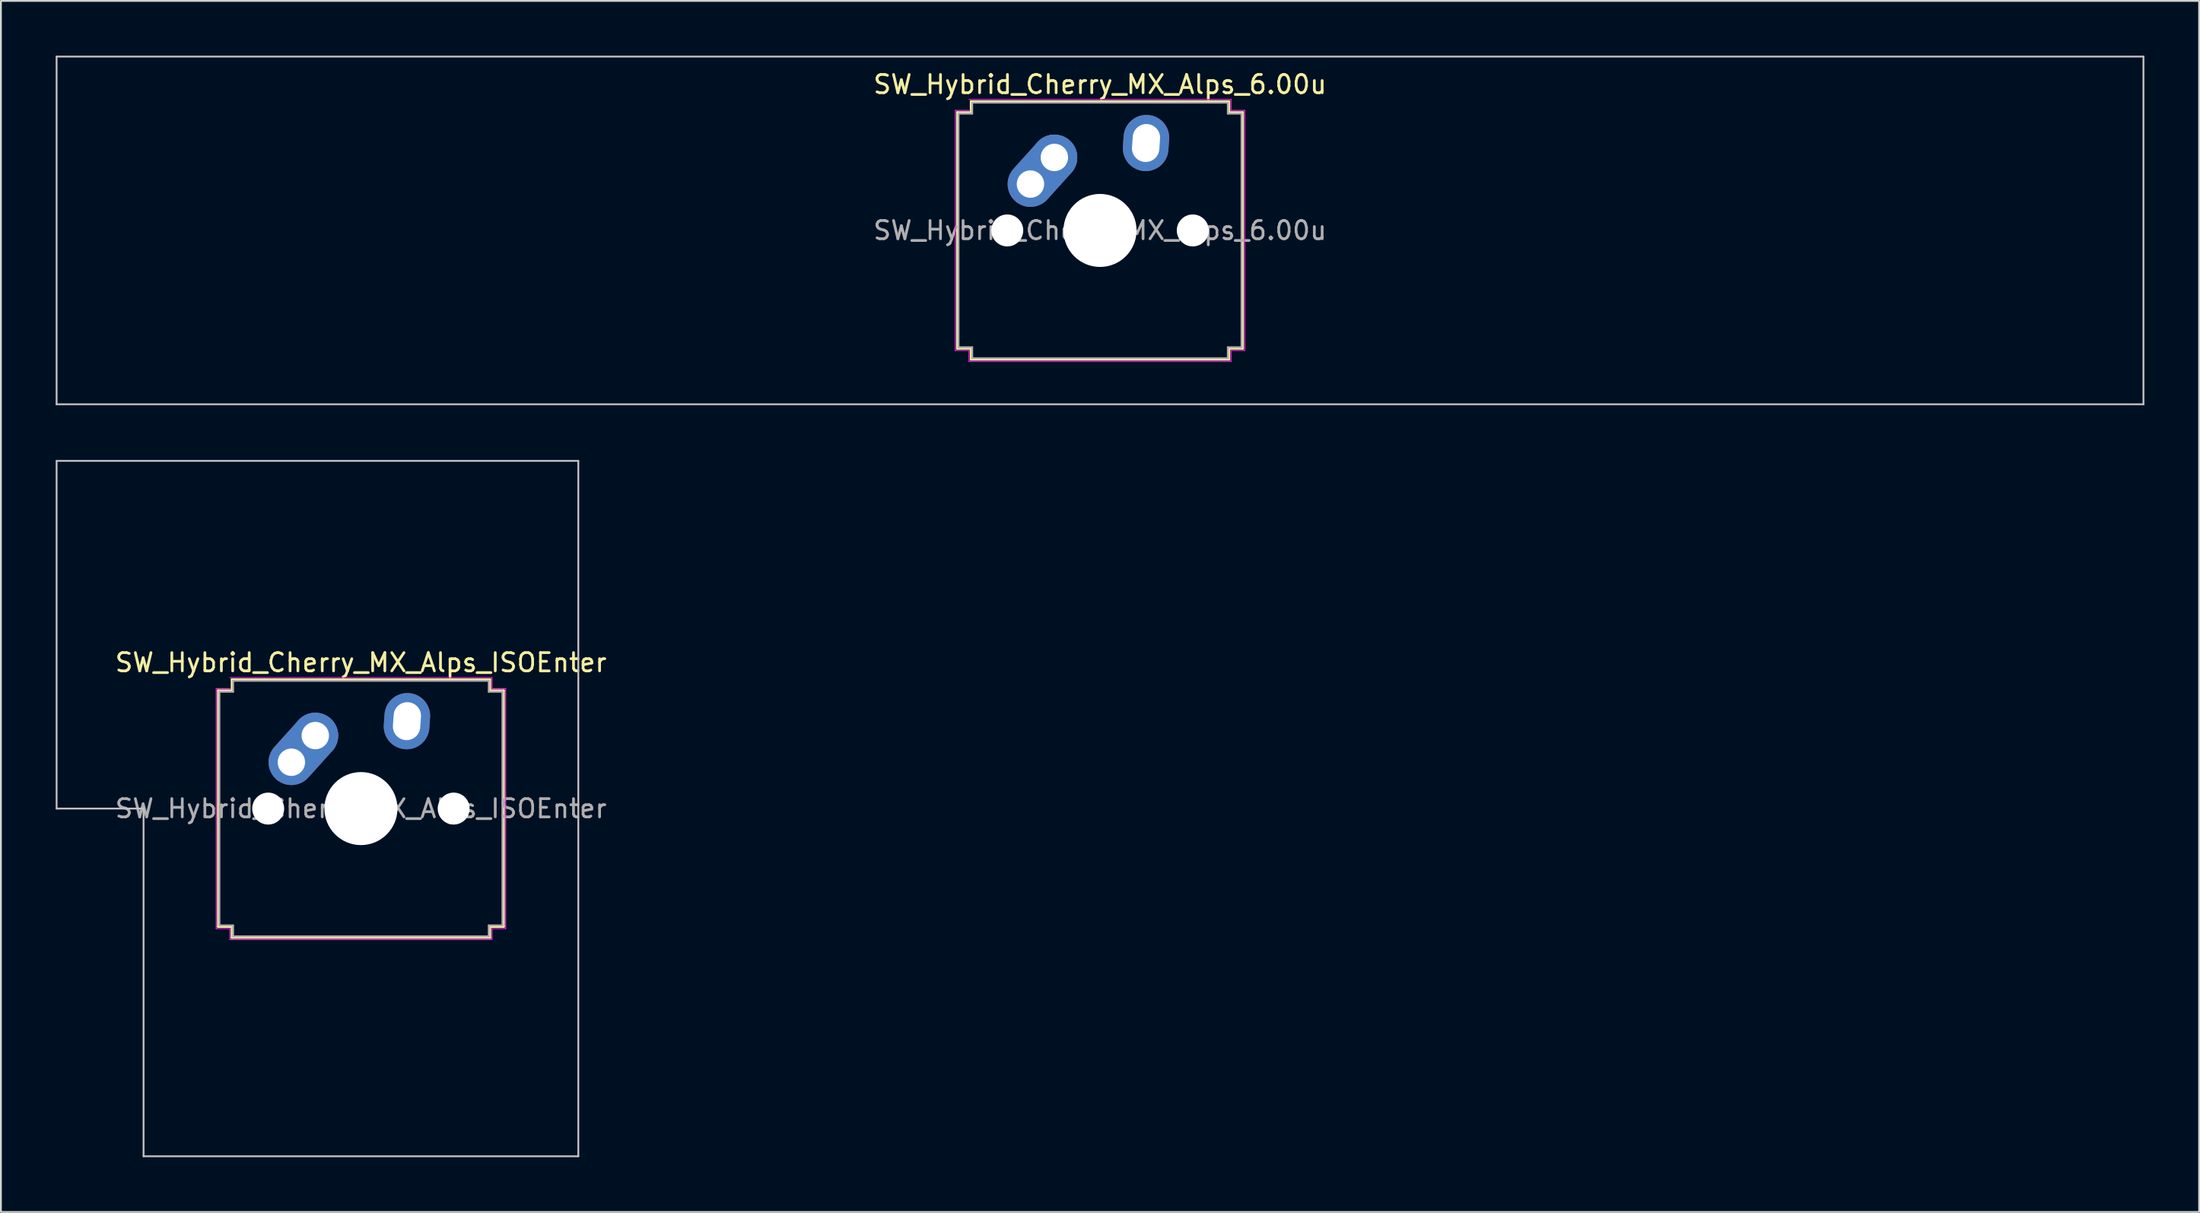
<source format=kicad_pcb>
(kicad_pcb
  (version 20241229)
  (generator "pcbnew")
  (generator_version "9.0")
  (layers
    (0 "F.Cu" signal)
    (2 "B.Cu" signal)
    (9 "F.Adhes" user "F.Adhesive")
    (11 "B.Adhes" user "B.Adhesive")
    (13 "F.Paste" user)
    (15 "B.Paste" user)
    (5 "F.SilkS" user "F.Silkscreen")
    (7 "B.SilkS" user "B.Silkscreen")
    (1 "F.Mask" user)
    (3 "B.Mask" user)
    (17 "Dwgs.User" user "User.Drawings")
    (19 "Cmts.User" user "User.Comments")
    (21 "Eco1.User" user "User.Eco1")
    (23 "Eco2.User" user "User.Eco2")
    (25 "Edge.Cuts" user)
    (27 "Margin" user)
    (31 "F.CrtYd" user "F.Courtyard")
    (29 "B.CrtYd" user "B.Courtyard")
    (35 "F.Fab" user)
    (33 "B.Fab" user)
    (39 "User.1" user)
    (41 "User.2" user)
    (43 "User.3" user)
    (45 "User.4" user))
  (footprint "SW_Hybrid_Cherry_MX_Alps_6.00u"
    (layer "F.Cu")
    (at 57.2 9.575)
    (property "Reference" "SW_Hybrid_Cherry_MX_Alps_6.00u" (at 0 -8 0) (layer "F.SilkS") (effects (font (size 1 1) (thickness 0.15))))
    (attr through_hole)
    (fp_line (start -7.821 -6.471) (end -7.071 -6.471) (stroke (width 0.12) (type solid)) (layer "F.SilkS"))
    (fp_line (start -7.821 6.471) (end -7.821 -6.471) (stroke (width 0.12) (type solid)) (layer "F.SilkS"))
    (fp_line (start -7.071 -7.071) (end 7.071 -7.071) (stroke (width 0.12) (type solid)) (layer "F.SilkS"))
    (fp_line (start -7.071 -6.471) (end -7.071 -7.071) (stroke (width 0.12) (type solid)) (layer "F.SilkS"))
    (fp_line (start -7.071 6.471) (end -7.821 6.471) (stroke (width 0.12) (type solid)) (layer "F.SilkS"))
    (fp_line (start -7.071 7.071) (end -7.071 6.471) (stroke (width 0.12) (type solid)) (layer "F.SilkS"))
    (fp_line (start 7.071 -7.071) (end 7.071 -6.471) (stroke (width 0.12) (type solid)) (layer "F.SilkS"))
    (fp_line (start 7.071 -6.471) (end 7.821 -6.471) (stroke (width 0.12) (type solid)) (layer "F.SilkS"))
    (fp_line (start 7.071 6.471) (end 7.071 7.071) (stroke (width 0.12) (type solid)) (layer "F.SilkS"))
    (fp_line (start 7.071 7.071) (end -7.071 7.071) (stroke (width 0.12) (type solid)) (layer "F.SilkS"))
    (fp_line (start 7.821 -6.471) (end 7.821 6.471) (stroke (width 0.12) (type solid)) (layer "F.SilkS"))
    (fp_line (start 7.821 6.471) (end 7.071 6.471) (stroke (width 0.12) (type solid)) (layer "F.SilkS"))
    (fp_line (start -57.15 -9.525) (end -57.15 9.525) (stroke (width 0.1) (type solid)) (layer "Dwgs.User"))
    (fp_line (start -57.15 9.525) (end 57.15 9.525) (stroke (width 0.1) (type solid)) (layer "Dwgs.User"))
    (fp_line (start 57.15 -9.525) (end -57.15 -9.525) (stroke (width 0.1) (type solid)) (layer "Dwgs.User"))
    (fp_line (start 57.15 9.525) (end 57.15 -9.525) (stroke (width 0.1) (type solid)) (layer "Dwgs.User"))
    (fp_line (start -7.927 -6.577) (end -7.177 -6.577) (stroke (width 0.05) (type solid)) (layer "F.CrtYd"))
    (fp_line (start -7.927 6.577) (end -7.927 -6.577) (stroke (width 0.05) (type solid)) (layer "F.CrtYd"))
    (fp_line (start -7.177 -7.177) (end 7.177 -7.177) (stroke (width 0.05) (type solid)) (layer "F.CrtYd"))
    (fp_line (start -7.177 6.577) (end -7.927 6.577) (stroke (width 0.05) (type solid)) (layer "F.CrtYd"))
    (fp_line (start -7.177 7.177) (end -7.177 6.577) (stroke (width 0.05) (type solid)) (layer "F.CrtYd"))
    (fp_line (start 7.177 -7.177) (end 7.177 -6.577) (stroke (width 0.05) (type solid)) (layer "F.CrtYd"))
    (fp_line (start 7.177 -6.577) (end 7.927 -6.577) (stroke (width 0.05) (type solid)) (layer "F.CrtYd"))
    (fp_line (start 7.177 6.577) (end 7.177 7.177) (stroke (width 0.05) (type solid)) (layer "F.CrtYd"))
    (fp_line (start 7.177 7.177) (end -7.177 7.177) (stroke (width 0.05) (type solid)) (layer "F.CrtYd"))
    (fp_line (start 7.927 -6.577) (end 7.927 6.577) (stroke (width 0.05) (type solid)) (layer "F.CrtYd"))
    (fp_line (start 7.927 6.577) (end 7.177 6.577) (stroke (width 0.05) (type solid)) (layer "F.CrtYd"))
    (fp_line (start -7.75 -6.4) (end -7 -6.4) (stroke (width 0.1) (type solid)) (layer "F.Fab"))
    (fp_line (start -7.75 6.4) (end -7.75 -6.4) (stroke (width 0.1) (type solid)) (layer "F.Fab"))
    (fp_line (start -7 -7) (end 7 -7) (stroke (width 0.1) (type solid)) (layer "F.Fab"))
    (fp_line (start -7 -6.4) (end -7 -7) (stroke (width 0.1) (type solid)) (layer "F.Fab"))
    (fp_line (start -7 6.4) (end -7.75 6.4) (stroke (width 0.1) (type solid)) (layer "F.Fab"))
    (fp_line (start -7 7) (end -7 6.4) (stroke (width 0.1) (type solid)) (layer "F.Fab"))
    (fp_line (start 7 -7) (end 7 -6.4) (stroke (width 0.1) (type solid)) (layer "F.Fab"))
    (fp_line (start 7 -6.4) (end 7.75 -6.4) (stroke (width 0.1) (type solid)) (layer "F.Fab"))
    (fp_line (start 7 6.4) (end 7 7) (stroke (width 0.1) (type solid)) (layer "F.Fab"))
    (fp_line (start 7 7) (end -7 7) (stroke (width 0.1) (type solid)) (layer "F.Fab"))
    (fp_line (start 7.75 -6.4) (end 7.75 6.4) (stroke (width 0.1) (type solid)) (layer "F.Fab"))
    (fp_line (start 7.75 6.4) (end 7 6.4) (stroke (width 0.1) (type solid)) (layer "F.Fab"))
    (fp_text user "${REFERENCE}" (at 0 0 0) (layer "F.Fab") (effects (font (size 1 1) (thickness 0.15))))
    (pad "" np_thru_hole circle (at -5.08 0) (size 1.75 1.75) (drill 1.75) (layers "*.Cu" "*.Mask"))
    (pad "" np_thru_hole circle (at 0 0) (size 4 4) (drill 4) (layers "*.Cu" "*.Mask"))
    (pad "" np_thru_hole circle (at 5.08 0) (size 1.75 1.75) (drill 1.75) (layers "*.Cu" "*.Mask"))
    (pad "1" thru_hole oval (at -3.81 -2.54 48) (size 4.462 2.5) (drill 1.5 (offset 0.981 0)) (layers "*.Cu" "*.Mask"))
    (pad "1" thru_hole circle (at -2.5 -4) (size 2.5 2.5) (drill 1.5) (layers "*.Cu" "*.Mask"))
    (pad "2" thru_hole oval (at 2.52 -4.79 86) (size 3.081 2.5) (drill oval 2.081 1.5) (layers "*.Cu" "*.Mask")))
  (footprint "SW_Hybrid_Cherry_MX_Alps_ISOEnter"
    (layer "F.Cu")
    (at 16.719 41.25)
    (property "Reference" "SW_Hybrid_Cherry_MX_Alps_ISOEnter" (at 0 -8 0) (layer "F.SilkS") (effects (font (size 1 1) (thickness 0.15))))
    (attr through_hole)
    (fp_line (start -7.821 -6.471) (end -7.071 -6.471) (stroke (width 0.12) (type solid)) (layer "F.SilkS"))
    (fp_line (start -7.821 6.471) (end -7.821 -6.471) (stroke (width 0.12) (type solid)) (layer "F.SilkS"))
    (fp_line (start -7.071 -7.071) (end 7.071 -7.071) (stroke (width 0.12) (type solid)) (layer "F.SilkS"))
    (fp_line (start -7.071 -6.471) (end -7.071 -7.071) (stroke (width 0.12) (type solid)) (layer "F.SilkS"))
    (fp_line (start -7.071 6.471) (end -7.821 6.471) (stroke (width 0.12) (type solid)) (layer "F.SilkS"))
    (fp_line (start -7.071 7.071) (end -7.071 6.471) (stroke (width 0.12) (type solid)) (layer "F.SilkS"))
    (fp_line (start 7.071 -7.071) (end 7.071 -6.471) (stroke (width 0.12) (type solid)) (layer "F.SilkS"))
    (fp_line (start 7.071 -6.471) (end 7.821 -6.471) (stroke (width 0.12) (type solid)) (layer "F.SilkS"))
    (fp_line (start 7.071 6.471) (end 7.071 7.071) (stroke (width 0.12) (type solid)) (layer "F.SilkS"))
    (fp_line (start 7.071 7.071) (end -7.071 7.071) (stroke (width 0.12) (type solid)) (layer "F.SilkS"))
    (fp_line (start 7.821 -6.471) (end 7.821 6.471) (stroke (width 0.12) (type solid)) (layer "F.SilkS"))
    (fp_line (start 7.821 6.471) (end 7.071 6.471) (stroke (width 0.12) (type solid)) (layer "F.SilkS"))
    (fp_line (start -16.669 -19.05) (end -16.669 0) (stroke (width 0.1) (type solid)) (layer "Dwgs.User"))
    (fp_line (start -16.669 0) (end -11.906 0) (stroke (width 0.1) (type solid)) (layer "Dwgs.User"))
    (fp_line (start -11.906 0) (end -11.906 19.05) (stroke (width 0.1) (type solid)) (layer "Dwgs.User"))
    (fp_line (start -11.906 19.05) (end 11.906 19.05) (stroke (width 0.1) (type solid)) (layer "Dwgs.User"))
    (fp_line (start 11.906 -19.05) (end -16.669 -19.05) (stroke (width 0.1) (type solid)) (layer "Dwgs.User"))
    (fp_line (start 11.906 19.05) (end 11.906 -19.05) (stroke (width 0.1) (type solid)) (layer "Dwgs.User"))
    (fp_line (start -7.927 -6.577) (end -7.177 -6.577) (stroke (width 0.05) (type solid)) (layer "F.CrtYd"))
    (fp_line (start -7.927 6.577) (end -7.927 -6.577) (stroke (width 0.05) (type solid)) (layer "F.CrtYd"))
    (fp_line (start -7.177 -7.177) (end 7.177 -7.177) (stroke (width 0.05) (type solid)) (layer "F.CrtYd"))
    (fp_line (start -7.177 6.577) (end -7.927 6.577) (stroke (width 0.05) (type solid)) (layer "F.CrtYd"))
    (fp_line (start -7.177 7.177) (end -7.177 6.577) (stroke (width 0.05) (type solid)) (layer "F.CrtYd"))
    (fp_line (start 7.177 -7.177) (end 7.177 -6.577) (stroke (width 0.05) (type solid)) (layer "F.CrtYd"))
    (fp_line (start 7.177 -6.577) (end 7.927 -6.577) (stroke (width 0.05) (type solid)) (layer "F.CrtYd"))
    (fp_line (start 7.177 6.577) (end 7.177 7.177) (stroke (width 0.05) (type solid)) (layer "F.CrtYd"))
    (fp_line (start 7.177 7.177) (end -7.177 7.177) (stroke (width 0.05) (type solid)) (layer "F.CrtYd"))
    (fp_line (start 7.927 -6.577) (end 7.927 6.577) (stroke (width 0.05) (type solid)) (layer "F.CrtYd"))
    (fp_line (start 7.927 6.577) (end 7.177 6.577) (stroke (width 0.05) (type solid)) (layer "F.CrtYd"))
    (fp_line (start -7.75 -6.4) (end -7 -6.4) (stroke (width 0.1) (type solid)) (layer "F.Fab"))
    (fp_line (start -7.75 6.4) (end -7.75 -6.4) (stroke (width 0.1) (type solid)) (layer "F.Fab"))
    (fp_line (start -7 -7) (end 7 -7) (stroke (width 0.1) (type solid)) (layer "F.Fab"))
    (fp_line (start -7 -6.4) (end -7 -7) (stroke (width 0.1) (type solid)) (layer "F.Fab"))
    (fp_line (start -7 6.4) (end -7.75 6.4) (stroke (width 0.1) (type solid)) (layer "F.Fab"))
    (fp_line (start -7 7) (end -7 6.4) (stroke (width 0.1) (type solid)) (layer "F.Fab"))
    (fp_line (start 7 -7) (end 7 -6.4) (stroke (width 0.1) (type solid)) (layer "F.Fab"))
    (fp_line (start 7 -6.4) (end 7.75 -6.4) (stroke (width 0.1) (type solid)) (layer "F.Fab"))
    (fp_line (start 7 6.4) (end 7 7) (stroke (width 0.1) (type solid)) (layer "F.Fab"))
    (fp_line (start 7 7) (end -7 7) (stroke (width 0.1) (type solid)) (layer "F.Fab"))
    (fp_line (start 7.75 -6.4) (end 7.75 6.4) (stroke (width 0.1) (type solid)) (layer "F.Fab"))
    (fp_line (start 7.75 6.4) (end 7 6.4) (stroke (width 0.1) (type solid)) (layer "F.Fab"))
    (fp_text user "${REFERENCE}" (at 0 0 0) (layer "F.Fab") (effects (font (size 1 1) (thickness 0.15))))
    (pad "" np_thru_hole circle (at -5.08 0) (size 1.75 1.75) (drill 1.75) (layers "*.Cu" "*.Mask"))
    (pad "" np_thru_hole circle (at 0 0) (size 4 4) (drill 4) (layers "*.Cu" "*.Mask"))
    (pad "" np_thru_hole circle (at 5.08 0) (size 1.75 1.75) (drill 1.75) (layers "*.Cu" "*.Mask"))
    (pad "1" thru_hole oval (at -3.81 -2.54 48) (size 4.462 2.5) (drill 1.5 (offset 0.981 0)) (layers "*.Cu" "*.Mask"))
    (pad "1" thru_hole circle (at -2.5 -4) (size 2.5 2.5) (drill 1.5) (layers "*.Cu" "*.Mask"))
    (pad "2" thru_hole oval (at 2.52 -4.79 86) (size 3.081 2.5) (drill oval 2.081 1.5) (layers "*.Cu" "*.Mask")))
  (gr_rect
    (start -3 -3)
    (end 117.4 63.35)
    (stroke (width 0.1) (type default))
    (fill no)
    (layer "Edge.Cuts")))
</source>
